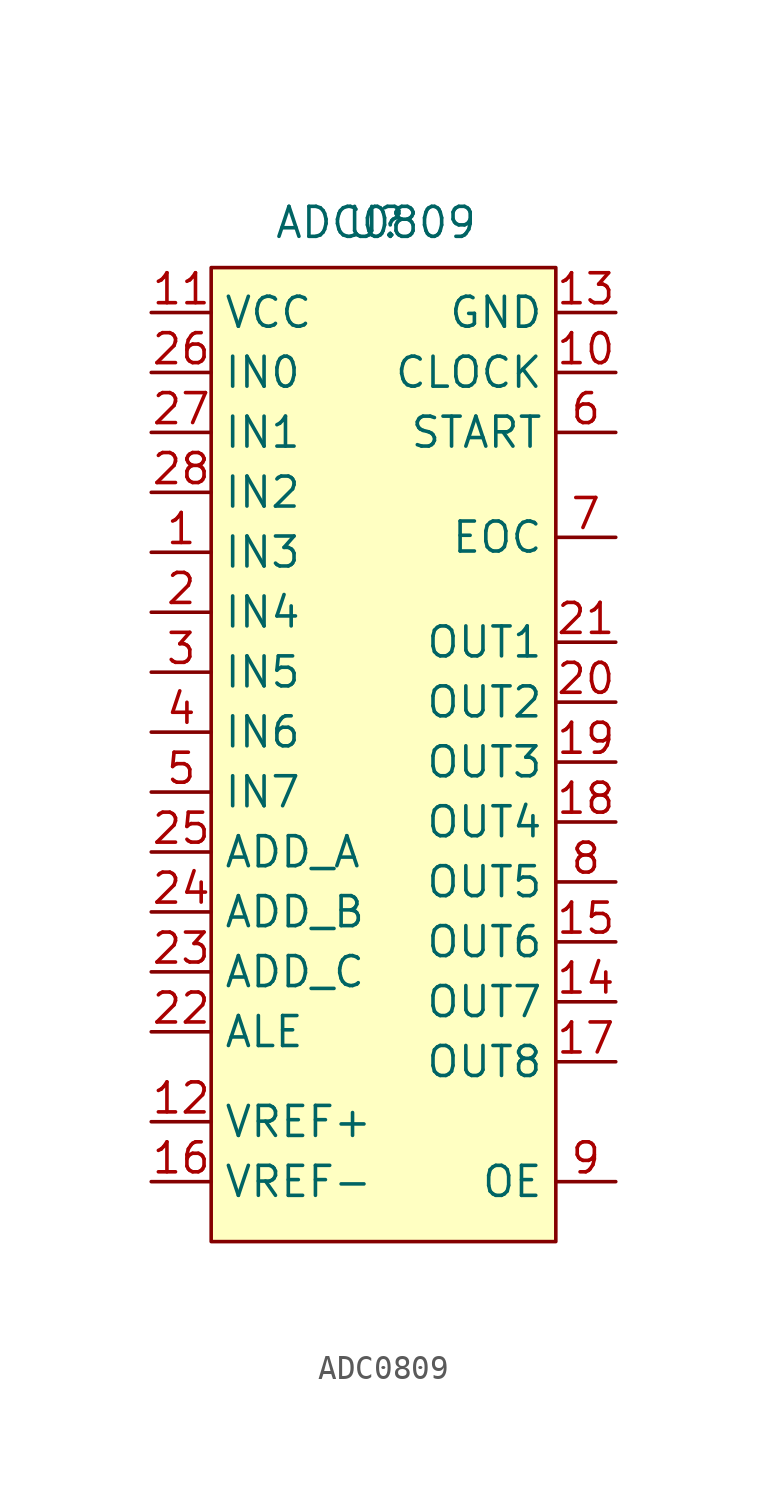
<source format=kicad_sym>
(kicad_symbol_lib
  (version 20211014)
  (generator kicad_symbol_editor)
  (symbol "ADC0809"
    (property "Reference" "U"
      (at 0 0 0)
      (effects (font (size 1.27 1.27))))
    (property "Value" "ADC0809"
      (at 0 0 0)
      (effects (font (size 1.27 1.27))))
    (symbol "ADC0809_0_1"
      (rectangle (start -6.985 -1.905) (end 7.62 -43.18) (stroke (width 0.152) (type default) (color 0 0 0 0)) (fill (type background))))
    (symbol "ADC0809_1_1"
      (pin input line (at -9.525 -13.97 0) (length 2.54) (name "IN3" (effects (font (size 1.27 1.27)))) (number "1" (effects (font (size 1.27 1.27)))))
      (pin input line (at 10.16 -6.35 180) (length 2.54) (name "CLOCK" (effects (font (size 1.27 1.27)))) (number "10" (effects (font (size 1.27 1.27)))))
      (pin input line (at -9.525 -3.81 0) (length 2.54) (name "VCC" (effects (font (size 1.27 1.27)))) (number "11" (effects (font (size 1.27 1.27)))))
      (pin input line (at -9.525 -38.1 0) (length 2.54) (name "VREF+" (effects (font (size 1.27 1.27)))) (number "12" (effects (font (size 1.27 1.27)))))
      (pin input line (at 10.16 -3.81 180) (length 2.54) (name "GND" (effects (font (size 1.27 1.27)))) (number "13" (effects (font (size 1.27 1.27)))))
      (pin input line (at 10.16 -33.02 180) (length 2.54) (name "OUT7" (effects (font (size 1.27 1.27)))) (number "14" (effects (font (size 1.27 1.27)))))
      (pin input line (at 10.16 -30.48 180) (length 2.54) (name "OUT6" (effects (font (size 1.27 1.27)))) (number "15" (effects (font (size 1.27 1.27)))))
      (pin input line (at -9.525 -40.64 0) (length 2.54) (name "VREF-" (effects (font (size 1.27 1.27)))) (number "16" (effects (font (size 1.27 1.27)))))
      (pin input line (at 10.16 -35.56 180) (length 2.54) (name "OUT8" (effects (font (size 1.27 1.27)))) (number "17" (effects (font (size 1.27 1.27)))))
      (pin input line (at 10.16 -25.4 180) (length 2.54) (name "OUT4" (effects (font (size 1.27 1.27)))) (number "18" (effects (font (size 1.27 1.27)))))
      (pin input line (at 10.16 -22.86 180) (length 2.54) (name "OUT3" (effects (font (size 1.27 1.27)))) (number "19" (effects (font (size 1.27 1.27)))))
      (pin input line (at -9.525 -16.51 0) (length 2.54) (name "IN4" (effects (font (size 1.27 1.27)))) (number "2" (effects (font (size 1.27 1.27)))))
      (pin input line (at 10.16 -20.32 180) (length 2.54) (name "OUT2" (effects (font (size 1.27 1.27)))) (number "20" (effects (font (size 1.27 1.27)))))
      (pin input line (at 10.16 -17.78 180) (length 2.54) (name "OUT1" (effects (font (size 1.27 1.27)))) (number "21" (effects (font (size 1.27 1.27)))))
      (pin input line (at -9.525 -34.29 0) (length 2.54) (name "ALE" (effects (font (size 1.27 1.27)))) (number "22" (effects (font (size 1.27 1.27)))))
      (pin input line (at -9.525 -31.75 0) (length 2.54) (name "ADD_C" (effects (font (size 1.27 1.27)))) (number "23" (effects (font (size 1.27 1.27)))))
      (pin input line (at -9.525 -29.21 0) (length 2.54) (name "ADD_B" (effects (font (size 1.27 1.27)))) (number "24" (effects (font (size 1.27 1.27)))))
      (pin input line (at -9.525 -26.67 0) (length 2.54) (name "ADD_A" (effects (font (size 1.27 1.27)))) (number "25" (effects (font (size 1.27 1.27)))))
      (pin input line (at -9.525 -6.35 0) (length 2.54) (name "IN0" (effects (font (size 1.27 1.27)))) (number "26" (effects (font (size 1.27 1.27)))))
      (pin input line (at -9.525 -8.89 0) (length 2.54) (name "IN1" (effects (font (size 1.27 1.27)))) (number "27" (effects (font (size 1.27 1.27)))))
      (pin input line (at -9.525 -11.43 0) (length 2.54) (name "IN2" (effects (font (size 1.27 1.27)))) (number "28" (effects (font (size 1.27 1.27)))))
      (pin input line (at -9.525 -19.05 0) (length 2.54) (name "IN5" (effects (font (size 1.27 1.27)))) (number "3" (effects (font (size 1.27 1.27)))))
      (pin input line (at -9.525 -21.59 0) (length 2.54) (name "IN6" (effects (font (size 1.27 1.27)))) (number "4" (effects (font (size 1.27 1.27)))))
      (pin input line (at -9.525 -24.13 0) (length 2.54) (name "IN7" (effects (font (size 1.27 1.27)))) (number "5" (effects (font (size 1.27 1.27)))))
      (pin input line (at 10.16 -8.89 180) (length 2.54) (name "START" (effects (font (size 1.27 1.27)))) (number "6" (effects (font (size 1.27 1.27)))))
      (pin input line (at 10.16 -13.335 180) (length 2.54) (name "EOC" (effects (font (size 1.27 1.27)))) (number "7" (effects (font (size 1.27 1.27)))))
      (pin input line (at 10.16 -27.94 180) (length 2.54) (name "OUT5" (effects (font (size 1.27 1.27)))) (number "8" (effects (font (size 1.27 1.27)))))
      (pin input line (at 10.16 -40.64 180) (length 2.54) (name "OE" (effects (font (size 1.27 1.27)))) (number "9" (effects (font (size 1.27 1.27))))))))
</source>
